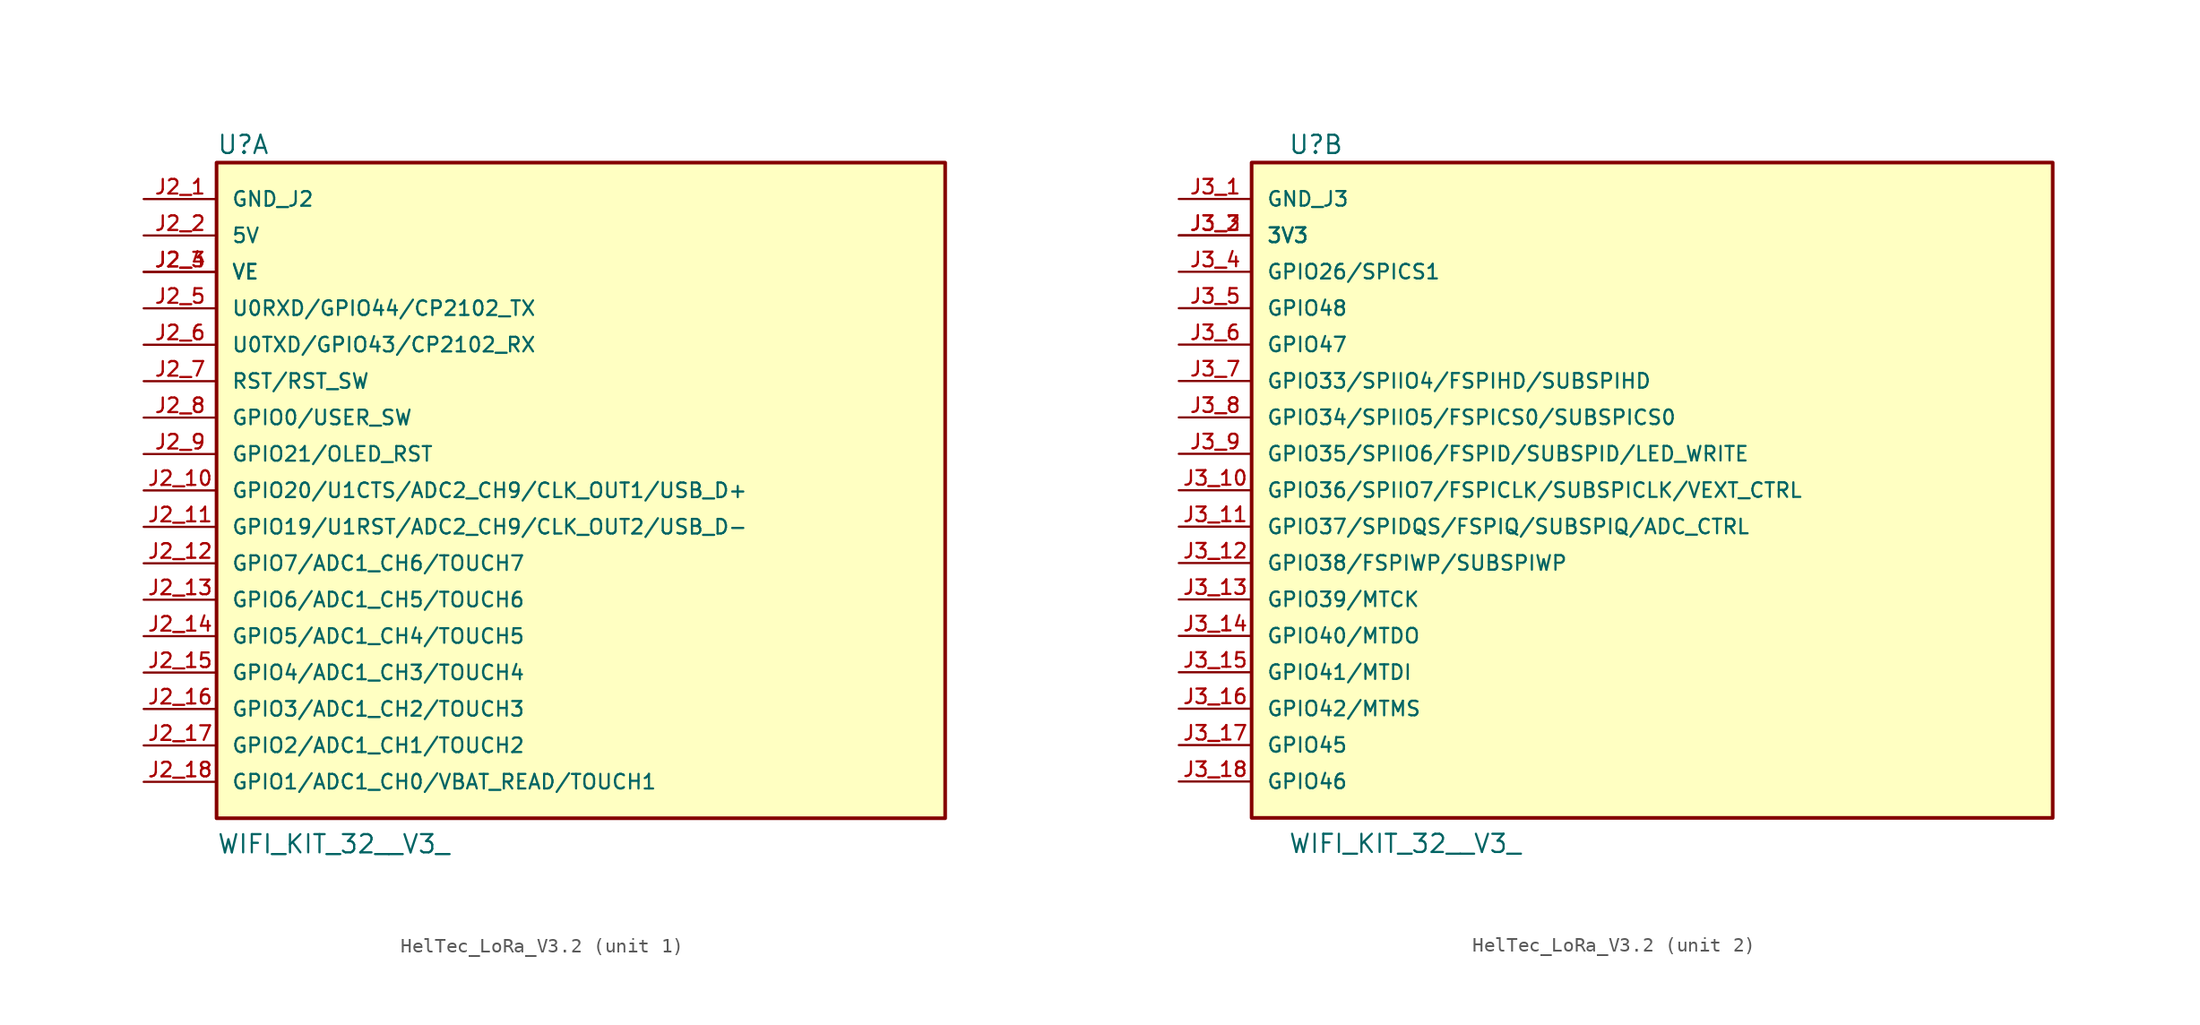
<source format=kicad_sym>
(kicad_symbol_lib
  (version 20241209)
  (generator "kicad_symbol_editor")
  (generator_version "9.0")
  (symbol "HelTec_LoRa_V3.2"
    (pin_names
      (offset 1.016))
    (property "Reference" "U"
      (at -25.4 23.368 0)
      (effects (font (size 1.27 1.27)) (justify left bottom)))
    (property "Value" "WIFI_KIT_32__V3_"
      (at -25.4 -25.4 0)
      (effects (font (size 1.27 1.27)) (justify left bottom)))
    (symbol "HelTec_LoRa_V3.2_1_0"
      (rectangle (start -25.4 22.86) (end 25.4 -22.86) (stroke (width 0.254) (type default)) (fill (type background)))
      (pin power_in line (at -30.48 20.32 0) (length 5.08) (name "GND_J2" (effects (font (size 1.016 1.016)))) (number "J2_1" (effects (font (size 1.016 1.016)))))
      (pin power_in line (at -30.48 17.78 0) (length 5.08) (name "5V" (effects (font (size 1.016 1.016)))) (number "J2_2" (effects (font (size 1.016 1.016)))))
      (pin power_in line (at -30.48 15.24 0) (length 5.08) (name "VE" (effects (font (size 1.016 1.016)))) (number "J2_3" (effects (font (size 1.016 1.016)))))
      (pin power_in line (at -30.48 15.24 0) (length 5.08) (name "VE" (effects (font (size 1.016 1.016)))) (number "J2_4" (effects (font (size 1.016 1.016)))))
      (pin bidirectional line (at -30.48 12.7 0) (length 5.08) (name "U0RXD/GPIO44/CP2102_TX" (effects (font (size 1.016 1.016)))) (number "J2_5" (effects (font (size 1.016 1.016)))))
      (pin bidirectional line (at -30.48 10.16 0) (length 5.08) (name "U0TXD/GPIO43/CP2102_RX" (effects (font (size 1.016 1.016)))) (number "J2_6" (effects (font (size 1.016 1.016)))))
      (pin input line (at -30.48 7.62 0) (length 5.08) (name "RST/RST_SW" (effects (font (size 1.016 1.016)))) (number "J2_7" (effects (font (size 1.016 1.016)))))
      (pin bidirectional line (at -30.48 5.08 0) (length 5.08) (name "GPIO0/USER_SW" (effects (font (size 1.016 1.016)))) (number "J2_8" (effects (font (size 1.016 1.016)))))
      (pin bidirectional line (at -30.48 2.54 0) (length 5.08) (name "GPIO21/OLED_RST" (effects (font (size 1.016 1.016)))) (number "J2_9" (effects (font (size 1.016 1.016)))))
      (pin bidirectional line (at -30.48 0 0) (length 5.08) (name "GPIO20/U1CTS/ADC2_CH9/CLK_OUT1/USB_D+" (effects (font (size 1.016 1.016)))) (number "J2_10" (effects (font (size 1.016 1.016)))))
      (pin bidirectional line (at -30.48 -2.54 0) (length 5.08) (name "GPIO19/U1RST/ADC2_CH9/CLK_OUT2/USB_D-" (effects (font (size 1.016 1.016)))) (number "J2_11" (effects (font (size 1.016 1.016)))))
      (pin bidirectional line (at -30.48 -5.08 0) (length 5.08) (name "GPIO7/ADC1_CH6/TOUCH7" (effects (font (size 1.016 1.016)))) (number "J2_12" (effects (font (size 1.016 1.016)))))
      (pin bidirectional line (at -30.48 -7.62 0) (length 5.08) (name "GPIO6/ADC1_CH5/TOUCH6" (effects (font (size 1.016 1.016)))) (number "J2_13" (effects (font (size 1.016 1.016)))))
      (pin bidirectional line (at -30.48 -10.16 0) (length 5.08) (name "GPIO5/ADC1_CH4/TOUCH5" (effects (font (size 1.016 1.016)))) (number "J2_14" (effects (font (size 1.016 1.016)))))
      (pin bidirectional line (at -30.48 -12.7 0) (length 5.08) (name "GPIO4/ADC1_CH3/TOUCH4" (effects (font (size 1.016 1.016)))) (number "J2_15" (effects (font (size 1.016 1.016)))))
      (pin bidirectional line (at -30.48 -15.24 0) (length 5.08) (name "GPIO3/ADC1_CH2/TOUCH3" (effects (font (size 1.016 1.016)))) (number "J2_16" (effects (font (size 1.016 1.016)))))
      (pin bidirectional line (at -30.48 -17.78 0) (length 5.08) (name "GPIO2/ADC1_CH1/TOUCH2" (effects (font (size 1.016 1.016)))) (number "J2_17" (effects (font (size 1.016 1.016)))))
      (pin bidirectional line (at -30.48 -20.32 0) (length 5.08) (name "GPIO1/ADC1_CH0/VBAT_READ/TOUCH1" (effects (font (size 1.016 1.016)))) (number "J2_18" (effects (font (size 1.016 1.016))))))
    (symbol "HelTec_LoRa_V3.2_2_0"
      (rectangle (start -27.94 -22.86) (end 27.94 22.86) (stroke (width 0.254) (type default)) (fill (type background)))
      (pin power_in line (at -33.02 20.32 0) (length 5.08) (name "GND_J3" (effects (font (size 1.016 1.016)))) (number "J3_1" (effects (font (size 1.016 1.016)))))
      (pin power_in line (at -33.02 17.78 0) (length 5.08) (name "3V3" (effects (font (size 1.016 1.016)))) (number "J3_2" (effects (font (size 1.016 1.016)))))
      (pin power_in line (at -33.02 17.78 0) (length 5.08) (name "3V3" (effects (font (size 1.016 1.016)))) (number "J3_3" (effects (font (size 1.016 1.016)))))
      (pin bidirectional line (at -33.02 15.24 0) (length 5.08) (name "GPIO26/SPICS1" (effects (font (size 1.016 1.016)))) (number "J3_4" (effects (font (size 1.016 1.016)))))
      (pin bidirectional line (at -33.02 12.7 0) (length 5.08) (name "GPIO48" (effects (font (size 1.016 1.016)))) (number "J3_5" (effects (font (size 1.016 1.016)))))
      (pin bidirectional line (at -33.02 10.16 0) (length 5.08) (name "GPIO47" (effects (font (size 1.016 1.016)))) (number "J3_6" (effects (font (size 1.016 1.016)))))
      (pin bidirectional line (at -33.02 7.62 0) (length 5.08) (name "GPIO33/SPIIO4/FSPIHD/SUBSPIHD" (effects (font (size 1.016 1.016)))) (number "J3_7" (effects (font (size 1.016 1.016)))))
      (pin bidirectional line (at -33.02 5.08 0) (length 5.08) (name "GPIO34/SPIIO5/FSPICS0/SUBSPICS0" (effects (font (size 1.016 1.016)))) (number "J3_8" (effects (font (size 1.016 1.016)))))
      (pin bidirectional line (at -33.02 2.54 0) (length 5.08) (name "GPIO35/SPIIO6/FSPID/SUBSPID/LED_WRITE" (effects (font (size 1.016 1.016)))) (number "J3_9" (effects (font (size 1.016 1.016)))))
      (pin bidirectional line (at -33.02 0 0) (length 5.08) (name "GPIO36/SPIIO7/FSPICLK/SUBSPICLK/VEXT_CTRL" (effects (font (size 1.016 1.016)))) (number "J3_10" (effects (font (size 1.016 1.016)))))
      (pin bidirectional line (at -33.02 -2.54 0) (length 5.08) (name "GPIO37/SPIDQS/FSPIQ/SUBSPIQ/ADC_CTRL" (effects (font (size 1.016 1.016)))) (number "J3_11" (effects (font (size 1.016 1.016)))))
      (pin bidirectional line (at -33.02 -5.08 0) (length 5.08) (name "GPIO38/FSPIWP/SUBSPIWP" (effects (font (size 1.016 1.016)))) (number "J3_12" (effects (font (size 1.016 1.016)))))
      (pin bidirectional line (at -33.02 -7.62 0) (length 5.08) (name "GPIO39/MTCK" (effects (font (size 1.016 1.016)))) (number "J3_13" (effects (font (size 1.016 1.016)))))
      (pin bidirectional line (at -33.02 -10.16 0) (length 5.08) (name "GPIO40/MTDO" (effects (font (size 1.016 1.016)))) (number "J3_14" (effects (font (size 1.016 1.016)))))
      (pin bidirectional line (at -33.02 -12.7 0) (length 5.08) (name "GPIO41/MTDI" (effects (font (size 1.016 1.016)))) (number "J3_15" (effects (font (size 1.016 1.016)))))
      (pin bidirectional line (at -33.02 -15.24 0) (length 5.08) (name "GPIO42/MTMS" (effects (font (size 1.016 1.016)))) (number "J3_16" (effects (font (size 1.016 1.016)))))
      (pin bidirectional line (at -33.02 -17.78 0) (length 5.08) (name "GPIO45" (effects (font (size 1.016 1.016)))) (number "J3_17" (effects (font (size 1.016 1.016)))))
      (pin bidirectional line (at -33.02 -20.32 0) (length 5.08) (name "GPIO46" (effects (font (size 1.016 1.016)))) (number "J3_18" (effects (font (size 1.016 1.016))))))))
</source>
